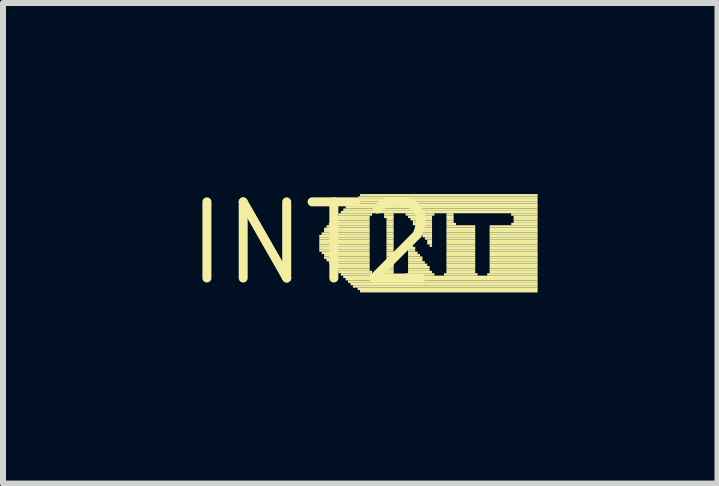
<source format=kicad_pcb>
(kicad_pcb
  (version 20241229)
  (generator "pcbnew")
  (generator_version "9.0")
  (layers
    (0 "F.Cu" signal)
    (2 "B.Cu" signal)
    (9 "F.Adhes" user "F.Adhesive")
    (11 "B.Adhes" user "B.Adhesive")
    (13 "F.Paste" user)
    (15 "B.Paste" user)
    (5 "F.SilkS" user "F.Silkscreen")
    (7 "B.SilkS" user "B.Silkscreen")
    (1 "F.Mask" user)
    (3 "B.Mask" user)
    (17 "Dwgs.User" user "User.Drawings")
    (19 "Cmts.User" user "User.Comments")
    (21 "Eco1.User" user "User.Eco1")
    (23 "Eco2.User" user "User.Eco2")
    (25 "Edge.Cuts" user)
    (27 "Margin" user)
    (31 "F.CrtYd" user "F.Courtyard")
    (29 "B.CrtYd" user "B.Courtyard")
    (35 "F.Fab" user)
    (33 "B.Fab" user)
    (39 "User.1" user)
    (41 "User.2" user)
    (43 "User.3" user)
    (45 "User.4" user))
  (footprint "INT2"
    (layer "F.Cu")
    (at 2.154 1.006)
    (property "Reference" "INT2" (at 0 0 0) (layer "F.SilkS") (effects (font (size 1.27 1.27) (thickness 0.15))))
    (attr through_hole)
    (fp_poly (pts (xy 0.12 -0.1) (xy 0.96 -0.1) (xy 0.96 -0.14) (xy 0.12 -0.14)) (stroke (width 0) (type solid)) (fill yes) (layer "F.SilkS"))
    (fp_poly (pts (xy 0.12 -0.06) (xy 0.96 -0.06) (xy 0.96 -0.1) (xy 0.12 -0.1)) (stroke (width 0) (type solid)) (fill yes) (layer "F.SilkS"))
    (fp_poly (pts (xy 0.12 -0.02) (xy 0.96 -0.02) (xy 0.96 -0.06) (xy 0.12 -0.06)) (stroke (width 0) (type solid)) (fill yes) (layer "F.SilkS"))
    (fp_poly (pts (xy 0.12 0.02) (xy 0.96 0.02) (xy 0.96 -0.02) (xy 0.12 -0.02)) (stroke (width 0) (type solid)) (fill yes) (layer "F.SilkS"))
    (fp_poly (pts (xy 0.12 0.06) (xy 0.96 0.06) (xy 0.96 0.02) (xy 0.12 0.02)) (stroke (width 0) (type solid)) (fill yes) (layer "F.SilkS"))
    (fp_poly (pts (xy 0.12 0.1) (xy 0.96 0.1) (xy 0.96 0.06) (xy 0.12 0.06)) (stroke (width 0) (type solid)) (fill yes) (layer "F.SilkS"))
    (fp_poly (pts (xy 0.12 0.14) (xy 0.96 0.14) (xy 0.96 0.1) (xy 0.12 0.1)) (stroke (width 0) (type solid)) (fill yes) (layer "F.SilkS"))
    (fp_poly (pts (xy 0.16 -0.14) (xy 0.96 -0.14) (xy 0.96 -0.18) (xy 0.16 -0.18)) (stroke (width 0) (type solid)) (fill yes) (layer "F.SilkS"))
    (fp_poly (pts (xy 0.16 0.18) (xy 0.96 0.18) (xy 0.96 0.14) (xy 0.16 0.14)) (stroke (width 0) (type solid)) (fill yes) (layer "F.SilkS"))
    (fp_poly (pts (xy 0.2 -0.22) (xy 0.96 -0.22) (xy 0.96 -0.26) (xy 0.2 -0.26)) (stroke (width 0) (type solid)) (fill yes) (layer "F.SilkS"))
    (fp_poly (pts (xy 0.2 -0.18) (xy 0.96 -0.18) (xy 0.96 -0.22) (xy 0.2 -0.22)) (stroke (width 0) (type solid)) (fill yes) (layer "F.SilkS"))
    (fp_poly (pts (xy 0.2 0.22) (xy 0.96 0.22) (xy 0.96 0.18) (xy 0.2 0.18)) (stroke (width 0) (type solid)) (fill yes) (layer "F.SilkS"))
    (fp_poly (pts (xy 0.2 0.26) (xy 0.96 0.26) (xy 0.96 0.22) (xy 0.2 0.22)) (stroke (width 0) (type solid)) (fill yes) (layer "F.SilkS"))
    (fp_poly (pts (xy 0.24 -0.26) (xy 0.96 -0.26) (xy 0.96 -0.3) (xy 0.24 -0.3)) (stroke (width 0) (type solid)) (fill yes) (layer "F.SilkS"))
    (fp_poly (pts (xy 0.24 0.3) (xy 0.96 0.3) (xy 0.96 0.26) (xy 0.24 0.26)) (stroke (width 0) (type solid)) (fill yes) (layer "F.SilkS"))
    (fp_poly (pts (xy 0.28 -0.3) (xy 0.96 -0.3) (xy 0.96 -0.34) (xy 0.28 -0.34)) (stroke (width 0) (type solid)) (fill yes) (layer "F.SilkS"))
    (fp_poly (pts (xy 0.28 0.34) (xy 0.96 0.34) (xy 0.96 0.3) (xy 0.28 0.3)) (stroke (width 0) (type solid)) (fill yes) (layer "F.SilkS"))
    (fp_poly (pts (xy 0.32 -0.34) (xy 0.96 -0.34) (xy 0.96 -0.38) (xy 0.32 -0.38)) (stroke (width 0) (type solid)) (fill yes) (layer "F.SilkS"))
    (fp_poly (pts (xy 0.32 0.38) (xy 0.96 0.38) (xy 0.96 0.34) (xy 0.32 0.34)) (stroke (width 0) (type solid)) (fill yes) (layer "F.SilkS"))
    (fp_poly (pts (xy 0.36 -0.38) (xy 0.96 -0.38) (xy 0.96 -0.42) (xy 0.36 -0.42)) (stroke (width 0) (type solid)) (fill yes) (layer "F.SilkS"))
    (fp_poly (pts (xy 0.36 0.42) (xy 0.96 0.42) (xy 0.96 0.38) (xy 0.36 0.38)) (stroke (width 0) (type solid)) (fill yes) (layer "F.SilkS"))
    (fp_poly (pts (xy 0.4 -0.42) (xy 0.96 -0.42) (xy 0.96 -0.46) (xy 0.4 -0.46)) (stroke (width 0) (type solid)) (fill yes) (layer "F.SilkS"))
    (fp_poly (pts (xy 0.4 0.46) (xy 0.96 0.46) (xy 0.96 0.42) (xy 0.4 0.42)) (stroke (width 0) (type solid)) (fill yes) (layer "F.SilkS"))
    (fp_poly (pts (xy 0.44 -0.46) (xy 1 -0.46) (xy 1 -0.5) (xy 0.44 -0.5)) (stroke (width 0) (type solid)) (fill yes) (layer "F.SilkS"))
    (fp_poly (pts (xy 0.44 0.5) (xy 1 0.5) (xy 1 0.46) (xy 0.44 0.46)) (stroke (width 0) (type solid)) (fill yes) (layer "F.SilkS"))
    (fp_poly (pts (xy 0.48 -0.5) (xy 3.76 -0.5) (xy 3.76 -0.54) (xy 0.48 -0.54)) (stroke (width 0) (type solid)) (fill yes) (layer "F.SilkS"))
    (fp_poly (pts (xy 0.48 0.54) (xy 1 0.54) (xy 1 0.5) (xy 0.48 0.5)) (stroke (width 0) (type solid)) (fill yes) (layer "F.SilkS"))
    (fp_poly (pts (xy 0.52 -0.54) (xy 3.76 -0.54) (xy 3.76 -0.58) (xy 0.52 -0.58)) (stroke (width 0) (type solid)) (fill yes) (layer "F.SilkS"))
    (fp_poly (pts (xy 0.52 0.58) (xy 3.76 0.58) (xy 3.76 0.54) (xy 0.52 0.54)) (stroke (width 0) (type solid)) (fill yes) (layer "F.SilkS"))
    (fp_poly (pts (xy 0.56 -0.58) (xy 3.76 -0.58) (xy 3.76 -0.62) (xy 0.56 -0.62)) (stroke (width 0) (type solid)) (fill yes) (layer "F.SilkS"))
    (fp_poly (pts (xy 0.56 0.62) (xy 3.76 0.62) (xy 3.76 0.58) (xy 0.56 0.58)) (stroke (width 0) (type solid)) (fill yes) (layer "F.SilkS"))
    (fp_poly (pts (xy 0.6 -0.62) (xy 3.76 -0.62) (xy 3.76 -0.66) (xy 0.6 -0.66)) (stroke (width 0) (type solid)) (fill yes) (layer "F.SilkS"))
    (fp_poly (pts (xy 0.6 0.66) (xy 3.76 0.66) (xy 3.76 0.62) (xy 0.6 0.62)) (stroke (width 0) (type solid)) (fill yes) (layer "F.SilkS"))
    (fp_poly (pts (xy 0.64 -0.66) (xy 3.76 -0.66) (xy 3.76 -0.7) (xy 0.64 -0.7)) (stroke (width 0) (type solid)) (fill yes) (layer "F.SilkS"))
    (fp_poly (pts (xy 0.64 0.7) (xy 3.76 0.7) (xy 3.76 0.66) (xy 0.64 0.66)) (stroke (width 0) (type solid)) (fill yes) (layer "F.SilkS"))
    (fp_poly (pts (xy 0.68 -0.7) (xy 3.76 -0.7) (xy 3.76 -0.74) (xy 0.68 -0.74)) (stroke (width 0) (type solid)) (fill yes) (layer "F.SilkS"))
    (fp_poly (pts (xy 0.68 0.74) (xy 3.76 0.74) (xy 3.76 0.7) (xy 0.68 0.7)) (stroke (width 0) (type solid)) (fill yes) (layer "F.SilkS"))
    (fp_poly (pts (xy 0.76 -0.74) (xy 3.76 -0.74) (xy 3.76 -0.78) (xy 0.76 -0.78)) (stroke (width 0) (type solid)) (fill yes) (layer "F.SilkS"))
    (fp_poly (pts (xy 0.76 0.78) (xy 3.76 0.78) (xy 3.76 0.74) (xy 0.76 0.74)) (stroke (width 0) (type solid)) (fill yes) (layer "F.SilkS"))
    (fp_poly (pts (xy 0.8 -0.78) (xy 3.76 -0.78) (xy 3.76 -0.82) (xy 0.8 -0.82)) (stroke (width 0) (type solid)) (fill yes) (layer "F.SilkS"))
    (fp_poly (pts (xy 0.8 0.82) (xy 3.76 0.82) (xy 3.76 0.78) (xy 0.8 0.78)) (stroke (width 0) (type solid)) (fill yes) (layer "F.SilkS"))
    (fp_poly (pts (xy 1.2 -0.46) (xy 1.36 -0.46) (xy 1.36 -0.5) (xy 1.2 -0.5)) (stroke (width 0) (type solid)) (fill yes) (layer "F.SilkS"))
    (fp_poly (pts (xy 1.2 -0.42) (xy 1.36 -0.42) (xy 1.36 -0.46) (xy 1.2 -0.46)) (stroke (width 0) (type solid)) (fill yes) (layer "F.SilkS"))
    (fp_poly (pts (xy 1.2 0.5) (xy 1.36 0.5) (xy 1.36 0.46) (xy 1.2 0.46)) (stroke (width 0) (type solid)) (fill yes) (layer "F.SilkS"))
    (fp_poly (pts (xy 1.2 0.54) (xy 1.36 0.54) (xy 1.36 0.5) (xy 1.2 0.5)) (stroke (width 0) (type solid)) (fill yes) (layer "F.SilkS"))
    (fp_poly (pts (xy 1.24 -0.38) (xy 1.36 -0.38) (xy 1.36 -0.42) (xy 1.24 -0.42)) (stroke (width 0) (type solid)) (fill yes) (layer "F.SilkS"))
    (fp_poly (pts (xy 1.24 -0.34) (xy 1.36 -0.34) (xy 1.36 -0.38) (xy 1.24 -0.38)) (stroke (width 0) (type solid)) (fill yes) (layer "F.SilkS"))
    (fp_poly (pts (xy 1.24 -0.3) (xy 1.36 -0.3) (xy 1.36 -0.34) (xy 1.24 -0.34)) (stroke (width 0) (type solid)) (fill yes) (layer "F.SilkS"))
    (fp_poly (pts (xy 1.24 -0.26) (xy 1.36 -0.26) (xy 1.36 -0.3) (xy 1.24 -0.3)) (stroke (width 0) (type solid)) (fill yes) (layer "F.SilkS"))
    (fp_poly (pts (xy 1.24 -0.22) (xy 1.36 -0.22) (xy 1.36 -0.26) (xy 1.24 -0.26)) (stroke (width 0) (type solid)) (fill yes) (layer "F.SilkS"))
    (fp_poly (pts (xy 1.24 -0.18) (xy 1.36 -0.18) (xy 1.36 -0.22) (xy 1.24 -0.22)) (stroke (width 0) (type solid)) (fill yes) (layer "F.SilkS"))
    (fp_poly (pts (xy 1.24 -0.14) (xy 1.36 -0.14) (xy 1.36 -0.18) (xy 1.24 -0.18)) (stroke (width 0) (type solid)) (fill yes) (layer "F.SilkS"))
    (fp_poly (pts (xy 1.24 -0.1) (xy 1.36 -0.1) (xy 1.36 -0.14) (xy 1.24 -0.14)) (stroke (width 0) (type solid)) (fill yes) (layer "F.SilkS"))
    (fp_poly (pts (xy 1.24 -0.06) (xy 1.36 -0.06) (xy 1.36 -0.1) (xy 1.24 -0.1)) (stroke (width 0) (type solid)) (fill yes) (layer "F.SilkS"))
    (fp_poly (pts (xy 1.24 -0.02) (xy 1.36 -0.02) (xy 1.36 -0.06) (xy 1.24 -0.06)) (stroke (width 0) (type solid)) (fill yes) (layer "F.SilkS"))
    (fp_poly (pts (xy 1.24 0.02) (xy 1.36 0.02) (xy 1.36 -0.02) (xy 1.24 -0.02)) (stroke (width 0) (type solid)) (fill yes) (layer "F.SilkS"))
    (fp_poly (pts (xy 1.24 0.06) (xy 1.36 0.06) (xy 1.36 0.02) (xy 1.24 0.02)) (stroke (width 0) (type solid)) (fill yes) (layer "F.SilkS"))
    (fp_poly (pts (xy 1.24 0.1) (xy 1.36 0.1) (xy 1.36 0.06) (xy 1.24 0.06)) (stroke (width 0) (type solid)) (fill yes) (layer "F.SilkS"))
    (fp_poly (pts (xy 1.24 0.14) (xy 1.36 0.14) (xy 1.36 0.1) (xy 1.24 0.1)) (stroke (width 0) (type solid)) (fill yes) (layer "F.SilkS"))
    (fp_poly (pts (xy 1.24 0.18) (xy 1.36 0.18) (xy 1.36 0.14) (xy 1.24 0.14)) (stroke (width 0) (type solid)) (fill yes) (layer "F.SilkS"))
    (fp_poly (pts (xy 1.24 0.22) (xy 1.36 0.22) (xy 1.36 0.18) (xy 1.24 0.18)) (stroke (width 0) (type solid)) (fill yes) (layer "F.SilkS"))
    (fp_poly (pts (xy 1.24 0.26) (xy 1.36 0.26) (xy 1.36 0.22) (xy 1.24 0.22)) (stroke (width 0) (type solid)) (fill yes) (layer "F.SilkS"))
    (fp_poly (pts (xy 1.24 0.3) (xy 1.36 0.3) (xy 1.36 0.26) (xy 1.24 0.26)) (stroke (width 0) (type solid)) (fill yes) (layer "F.SilkS"))
    (fp_poly (pts (xy 1.24 0.34) (xy 1.36 0.34) (xy 1.36 0.3) (xy 1.24 0.3)) (stroke (width 0) (type solid)) (fill yes) (layer "F.SilkS"))
    (fp_poly (pts (xy 1.24 0.38) (xy 1.36 0.38) (xy 1.36 0.34) (xy 1.24 0.34)) (stroke (width 0) (type solid)) (fill yes) (layer "F.SilkS"))
    (fp_poly (pts (xy 1.24 0.42) (xy 1.36 0.42) (xy 1.36 0.38) (xy 1.24 0.38)) (stroke (width 0) (type solid)) (fill yes) (layer "F.SilkS"))
    (fp_poly (pts (xy 1.24 0.46) (xy 1.36 0.46) (xy 1.36 0.42) (xy 1.24 0.42)) (stroke (width 0) (type solid)) (fill yes) (layer "F.SilkS"))
    (fp_poly (pts (xy 1.56 -0.46) (xy 2.04 -0.46) (xy 2.04 -0.5) (xy 1.56 -0.5)) (stroke (width 0) (type solid)) (fill yes) (layer "F.SilkS"))
    (fp_poly (pts (xy 1.56 0.54) (xy 2.04 0.54) (xy 2.04 0.5) (xy 1.56 0.5)) (stroke (width 0) (type solid)) (fill yes) (layer "F.SilkS"))
    (fp_poly (pts (xy 1.6 -0.42) (xy 2 -0.42) (xy 2 -0.46) (xy 1.6 -0.46)) (stroke (width 0) (type solid)) (fill yes) (layer "F.SilkS"))
    (fp_poly (pts (xy 1.6 0.02) (xy 1.64 0.02) (xy 1.64 -0.02) (xy 1.6 -0.02)) (stroke (width 0) (type solid)) (fill yes) (layer "F.SilkS"))
    (fp_poly (pts (xy 1.6 0.06) (xy 1.68 0.06) (xy 1.68 0.02) (xy 1.6 0.02)) (stroke (width 0) (type solid)) (fill yes) (layer "F.SilkS"))
    (fp_poly (pts (xy 1.6 0.1) (xy 1.72 0.1) (xy 1.72 0.06) (xy 1.6 0.06)) (stroke (width 0) (type solid)) (fill yes) (layer "F.SilkS"))
    (fp_poly (pts (xy 1.6 0.14) (xy 1.72 0.14) (xy 1.72 0.1) (xy 1.6 0.1)) (stroke (width 0) (type solid)) (fill yes) (layer "F.SilkS"))
    (fp_poly (pts (xy 1.6 0.18) (xy 1.76 0.18) (xy 1.76 0.14) (xy 1.6 0.14)) (stroke (width 0) (type solid)) (fill yes) (layer "F.SilkS"))
    (fp_poly (pts (xy 1.6 0.22) (xy 1.8 0.22) (xy 1.8 0.18) (xy 1.6 0.18)) (stroke (width 0) (type solid)) (fill yes) (layer "F.SilkS"))
    (fp_poly (pts (xy 1.6 0.26) (xy 1.84 0.26) (xy 1.84 0.22) (xy 1.6 0.22)) (stroke (width 0) (type solid)) (fill yes) (layer "F.SilkS"))
    (fp_poly (pts (xy 1.6 0.3) (xy 1.84 0.3) (xy 1.84 0.26) (xy 1.6 0.26)) (stroke (width 0) (type solid)) (fill yes) (layer "F.SilkS"))
    (fp_poly (pts (xy 1.6 0.34) (xy 1.88 0.34) (xy 1.88 0.3) (xy 1.6 0.3)) (stroke (width 0) (type solid)) (fill yes) (layer "F.SilkS"))
    (fp_poly (pts (xy 1.6 0.38) (xy 1.92 0.38) (xy 1.92 0.34) (xy 1.6 0.34)) (stroke (width 0) (type solid)) (fill yes) (layer "F.SilkS"))
    (fp_poly (pts (xy 1.6 0.42) (xy 1.96 0.42) (xy 1.96 0.38) (xy 1.6 0.38)) (stroke (width 0) (type solid)) (fill yes) (layer "F.SilkS"))
    (fp_poly (pts (xy 1.6 0.46) (xy 1.96 0.46) (xy 1.96 0.42) (xy 1.6 0.42)) (stroke (width 0) (type solid)) (fill yes) (layer "F.SilkS"))
    (fp_poly (pts (xy 1.6 0.5) (xy 2 0.5) (xy 2 0.46) (xy 1.6 0.46)) (stroke (width 0) (type solid)) (fill yes) (layer "F.SilkS"))
    (fp_poly (pts (xy 1.64 -0.38) (xy 2 -0.38) (xy 2 -0.42) (xy 1.64 -0.42)) (stroke (width 0) (type solid)) (fill yes) (layer "F.SilkS"))
    (fp_poly (pts (xy 1.68 -0.34) (xy 2 -0.34) (xy 2 -0.38) (xy 1.68 -0.38)) (stroke (width 0) (type solid)) (fill yes) (layer "F.SilkS"))
    (fp_poly (pts (xy 1.68 -0.3) (xy 2 -0.3) (xy 2 -0.34) (xy 1.68 -0.34)) (stroke (width 0) (type solid)) (fill yes) (layer "F.SilkS"))
    (fp_poly (pts (xy 1.72 -0.26) (xy 2 -0.26) (xy 2 -0.3) (xy 1.72 -0.3)) (stroke (width 0) (type solid)) (fill yes) (layer "F.SilkS"))
    (fp_poly (pts (xy 1.76 -0.22) (xy 2 -0.22) (xy 2 -0.26) (xy 1.76 -0.26)) (stroke (width 0) (type solid)) (fill yes) (layer "F.SilkS"))
    (fp_poly (pts (xy 1.8 -0.18) (xy 2 -0.18) (xy 2 -0.22) (xy 1.8 -0.22)) (stroke (width 0) (type solid)) (fill yes) (layer "F.SilkS"))
    (fp_poly (pts (xy 1.8 -0.14) (xy 2 -0.14) (xy 2 -0.18) (xy 1.8 -0.18)) (stroke (width 0) (type solid)) (fill yes) (layer "F.SilkS"))
    (fp_poly (pts (xy 1.84 -0.1) (xy 2 -0.1) (xy 2 -0.14) (xy 1.84 -0.14)) (stroke (width 0) (type solid)) (fill yes) (layer "F.SilkS"))
    (fp_poly (pts (xy 1.88 -0.06) (xy 2 -0.06) (xy 2 -0.1) (xy 1.88 -0.1)) (stroke (width 0) (type solid)) (fill yes) (layer "F.SilkS"))
    (fp_poly (pts (xy 1.92 -0.02) (xy 2 -0.02) (xy 2 -0.06) (xy 1.92 -0.06)) (stroke (width 0) (type solid)) (fill yes) (layer "F.SilkS"))
    (fp_poly (pts (xy 1.92 0.02) (xy 2 0.02) (xy 2 -0.02) (xy 1.92 -0.02)) (stroke (width 0) (type solid)) (fill yes) (layer "F.SilkS"))
    (fp_poly (pts (xy 1.96 0.06) (xy 2 0.06) (xy 2 0.02) (xy 1.96 0.02)) (stroke (width 0) (type solid)) (fill yes) (layer "F.SilkS"))
    (fp_poly (pts (xy 2.2 0.54) (xy 2.76 0.54) (xy 2.76 0.5) (xy 2.2 0.5)) (stroke (width 0) (type solid)) (fill yes) (layer "F.SilkS"))
    (fp_poly (pts (xy 2.24 -0.46) (xy 2.36 -0.46) (xy 2.36 -0.5) (xy 2.24 -0.5)) (stroke (width 0) (type solid)) (fill yes) (layer "F.SilkS"))
    (fp_poly (pts (xy 2.24 -0.42) (xy 2.36 -0.42) (xy 2.36 -0.46) (xy 2.24 -0.46)) (stroke (width 0) (type solid)) (fill yes) (layer "F.SilkS"))
    (fp_poly (pts (xy 2.24 -0.38) (xy 2.36 -0.38) (xy 2.36 -0.42) (xy 2.24 -0.42)) (stroke (width 0) (type solid)) (fill yes) (layer "F.SilkS"))
    (fp_poly (pts (xy 2.24 -0.34) (xy 2.36 -0.34) (xy 2.36 -0.38) (xy 2.24 -0.38)) (stroke (width 0) (type solid)) (fill yes) (layer "F.SilkS"))
    (fp_poly (pts (xy 2.24 -0.3) (xy 2.4 -0.3) (xy 2.4 -0.34) (xy 2.24 -0.34)) (stroke (width 0) (type solid)) (fill yes) (layer "F.SilkS"))
    (fp_poly (pts (xy 2.24 -0.26) (xy 2.72 -0.26) (xy 2.72 -0.3) (xy 2.24 -0.3)) (stroke (width 0) (type solid)) (fill yes) (layer "F.SilkS"))
    (fp_poly (pts (xy 2.24 -0.22) (xy 2.72 -0.22) (xy 2.72 -0.26) (xy 2.24 -0.26)) (stroke (width 0) (type solid)) (fill yes) (layer "F.SilkS"))
    (fp_poly (pts (xy 2.24 -0.18) (xy 2.72 -0.18) (xy 2.72 -0.22) (xy 2.24 -0.22)) (stroke (width 0) (type solid)) (fill yes) (layer "F.SilkS"))
    (fp_poly (pts (xy 2.24 -0.14) (xy 2.72 -0.14) (xy 2.72 -0.18) (xy 2.24 -0.18)) (stroke (width 0) (type solid)) (fill yes) (layer "F.SilkS"))
    (fp_poly (pts (xy 2.24 -0.1) (xy 2.72 -0.1) (xy 2.72 -0.14) (xy 2.24 -0.14)) (stroke (width 0) (type solid)) (fill yes) (layer "F.SilkS"))
    (fp_poly (pts (xy 2.24 -0.06) (xy 2.72 -0.06) (xy 2.72 -0.1) (xy 2.24 -0.1)) (stroke (width 0) (type solid)) (fill yes) (layer "F.SilkS"))
    (fp_poly (pts (xy 2.24 -0.02) (xy 2.72 -0.02) (xy 2.72 -0.06) (xy 2.24 -0.06)) (stroke (width 0) (type solid)) (fill yes) (layer "F.SilkS"))
    (fp_poly (pts (xy 2.24 0.02) (xy 2.72 0.02) (xy 2.72 -0.02) (xy 2.24 -0.02)) (stroke (width 0) (type solid)) (fill yes) (layer "F.SilkS"))
    (fp_poly (pts (xy 2.24 0.06) (xy 2.72 0.06) (xy 2.72 0.02) (xy 2.24 0.02)) (stroke (width 0) (type solid)) (fill yes) (layer "F.SilkS"))
    (fp_poly (pts (xy 2.24 0.1) (xy 2.72 0.1) (xy 2.72 0.06) (xy 2.24 0.06)) (stroke (width 0) (type solid)) (fill yes) (layer "F.SilkS"))
    (fp_poly (pts (xy 2.24 0.14) (xy 2.72 0.14) (xy 2.72 0.1) (xy 2.24 0.1)) (stroke (width 0) (type solid)) (fill yes) (layer "F.SilkS"))
    (fp_poly (pts (xy 2.24 0.18) (xy 2.72 0.18) (xy 2.72 0.14) (xy 2.24 0.14)) (stroke (width 0) (type solid)) (fill yes) (layer "F.SilkS"))
    (fp_poly (pts (xy 2.24 0.22) (xy 2.72 0.22) (xy 2.72 0.18) (xy 2.24 0.18)) (stroke (width 0) (type solid)) (fill yes) (layer "F.SilkS"))
    (fp_poly (pts (xy 2.24 0.26) (xy 2.72 0.26) (xy 2.72 0.22) (xy 2.24 0.22)) (stroke (width 0) (type solid)) (fill yes) (layer "F.SilkS"))
    (fp_poly (pts (xy 2.24 0.3) (xy 2.72 0.3) (xy 2.72 0.26) (xy 2.24 0.26)) (stroke (width 0) (type solid)) (fill yes) (layer "F.SilkS"))
    (fp_poly (pts (xy 2.24 0.34) (xy 2.72 0.34) (xy 2.72 0.3) (xy 2.24 0.3)) (stroke (width 0) (type solid)) (fill yes) (layer "F.SilkS"))
    (fp_poly (pts (xy 2.24 0.38) (xy 2.72 0.38) (xy 2.72 0.34) (xy 2.24 0.34)) (stroke (width 0) (type solid)) (fill yes) (layer "F.SilkS"))
    (fp_poly (pts (xy 2.24 0.42) (xy 2.72 0.42) (xy 2.72 0.38) (xy 2.24 0.38)) (stroke (width 0) (type solid)) (fill yes) (layer "F.SilkS"))
    (fp_poly (pts (xy 2.24 0.46) (xy 2.72 0.46) (xy 2.72 0.42) (xy 2.24 0.42)) (stroke (width 0) (type solid)) (fill yes) (layer "F.SilkS"))
    (fp_poly (pts (xy 2.24 0.5) (xy 2.72 0.5) (xy 2.72 0.46) (xy 2.24 0.46)) (stroke (width 0) (type solid)) (fill yes) (layer "F.SilkS"))
    (fp_poly (pts (xy 2.92 0.54) (xy 3.76 0.54) (xy 3.76 0.5) (xy 2.92 0.5)) (stroke (width 0) (type solid)) (fill yes) (layer "F.SilkS"))
    (fp_poly (pts (xy 2.96 -0.26) (xy 3.76 -0.26) (xy 3.76 -0.3) (xy 2.96 -0.3)) (stroke (width 0) (type solid)) (fill yes) (layer "F.SilkS"))
    (fp_poly (pts (xy 2.96 -0.22) (xy 3.76 -0.22) (xy 3.76 -0.26) (xy 2.96 -0.26)) (stroke (width 0) (type solid)) (fill yes) (layer "F.SilkS"))
    (fp_poly (pts (xy 2.96 -0.18) (xy 3.76 -0.18) (xy 3.76 -0.22) (xy 2.96 -0.22)) (stroke (width 0) (type solid)) (fill yes) (layer "F.SilkS"))
    (fp_poly (pts (xy 2.96 -0.14) (xy 3.76 -0.14) (xy 3.76 -0.18) (xy 2.96 -0.18)) (stroke (width 0) (type solid)) (fill yes) (layer "F.SilkS"))
    (fp_poly (pts (xy 2.96 -0.1) (xy 3.76 -0.1) (xy 3.76 -0.14) (xy 2.96 -0.14)) (stroke (width 0) (type solid)) (fill yes) (layer "F.SilkS"))
    (fp_poly (pts (xy 2.96 -0.06) (xy 3.76 -0.06) (xy 3.76 -0.1) (xy 2.96 -0.1)) (stroke (width 0) (type solid)) (fill yes) (layer "F.SilkS"))
    (fp_poly (pts (xy 2.96 -0.02) (xy 3.76 -0.02) (xy 3.76 -0.06) (xy 2.96 -0.06)) (stroke (width 0) (type solid)) (fill yes) (layer "F.SilkS"))
    (fp_poly (pts (xy 2.96 0.02) (xy 3.76 0.02) (xy 3.76 -0.02) (xy 2.96 -0.02)) (stroke (width 0) (type solid)) (fill yes) (layer "F.SilkS"))
    (fp_poly (pts (xy 2.96 0.06) (xy 3.76 0.06) (xy 3.76 0.02) (xy 2.96 0.02)) (stroke (width 0) (type solid)) (fill yes) (layer "F.SilkS"))
    (fp_poly (pts (xy 2.96 0.1) (xy 3.76 0.1) (xy 3.76 0.06) (xy 2.96 0.06)) (stroke (width 0) (type solid)) (fill yes) (layer "F.SilkS"))
    (fp_poly (pts (xy 2.96 0.14) (xy 3.76 0.14) (xy 3.76 0.1) (xy 2.96 0.1)) (stroke (width 0) (type solid)) (fill yes) (layer "F.SilkS"))
    (fp_poly (pts (xy 2.96 0.18) (xy 3.76 0.18) (xy 3.76 0.14) (xy 2.96 0.14)) (stroke (width 0) (type solid)) (fill yes) (layer "F.SilkS"))
    (fp_poly (pts (xy 2.96 0.22) (xy 3.76 0.22) (xy 3.76 0.18) (xy 2.96 0.18)) (stroke (width 0) (type solid)) (fill yes) (layer "F.SilkS"))
    (fp_poly (pts (xy 2.96 0.26) (xy 3.76 0.26) (xy 3.76 0.22) (xy 2.96 0.22)) (stroke (width 0) (type solid)) (fill yes) (layer "F.SilkS"))
    (fp_poly (pts (xy 2.96 0.3) (xy 3.76 0.3) (xy 3.76 0.26) (xy 2.96 0.26)) (stroke (width 0) (type solid)) (fill yes) (layer "F.SilkS"))
    (fp_poly (pts (xy 2.96 0.34) (xy 3.76 0.34) (xy 3.76 0.3) (xy 2.96 0.3)) (stroke (width 0) (type solid)) (fill yes) (layer "F.SilkS"))
    (fp_poly (pts (xy 2.96 0.38) (xy 3.76 0.38) (xy 3.76 0.34) (xy 2.96 0.34)) (stroke (width 0) (type solid)) (fill yes) (layer "F.SilkS"))
    (fp_poly (pts (xy 2.96 0.42) (xy 3.76 0.42) (xy 3.76 0.38) (xy 2.96 0.38)) (stroke (width 0) (type solid)) (fill yes) (layer "F.SilkS"))
    (fp_poly (pts (xy 2.96 0.46) (xy 3.76 0.46) (xy 3.76 0.42) (xy 2.96 0.42)) (stroke (width 0) (type solid)) (fill yes) (layer "F.SilkS"))
    (fp_poly (pts (xy 2.96 0.5) (xy 3.76 0.5) (xy 3.76 0.46) (xy 2.96 0.46)) (stroke (width 0) (type solid)) (fill yes) (layer "F.SilkS"))
    (fp_poly (pts (xy 3.32 -0.46) (xy 3.76 -0.46) (xy 3.76 -0.5) (xy 3.32 -0.5)) (stroke (width 0) (type solid)) (fill yes) (layer "F.SilkS"))
    (fp_poly (pts (xy 3.32 -0.3) (xy 3.76 -0.3) (xy 3.76 -0.34) (xy 3.32 -0.34)) (stroke (width 0) (type solid)) (fill yes) (layer "F.SilkS"))
    (fp_poly (pts (xy 3.36 -0.42) (xy 3.76 -0.42) (xy 3.76 -0.46) (xy 3.36 -0.46)) (stroke (width 0) (type solid)) (fill yes) (layer "F.SilkS"))
    (fp_poly (pts (xy 3.36 -0.38) (xy 3.76 -0.38) (xy 3.76 -0.42) (xy 3.36 -0.42)) (stroke (width 0) (type solid)) (fill yes) (layer "F.SilkS"))
    (fp_poly (pts (xy 3.36 -0.34) (xy 3.76 -0.34) (xy 3.76 -0.38) (xy 3.36 -0.38)) (stroke (width 0) (type solid)) (fill yes) (layer "F.SilkS")))
  (gr_rect
    (start -3 -3)
    (end 8.914 5.012)
    (stroke (width 0.1) (type default))
    (fill no)
    (layer "Edge.Cuts")))
</source>
